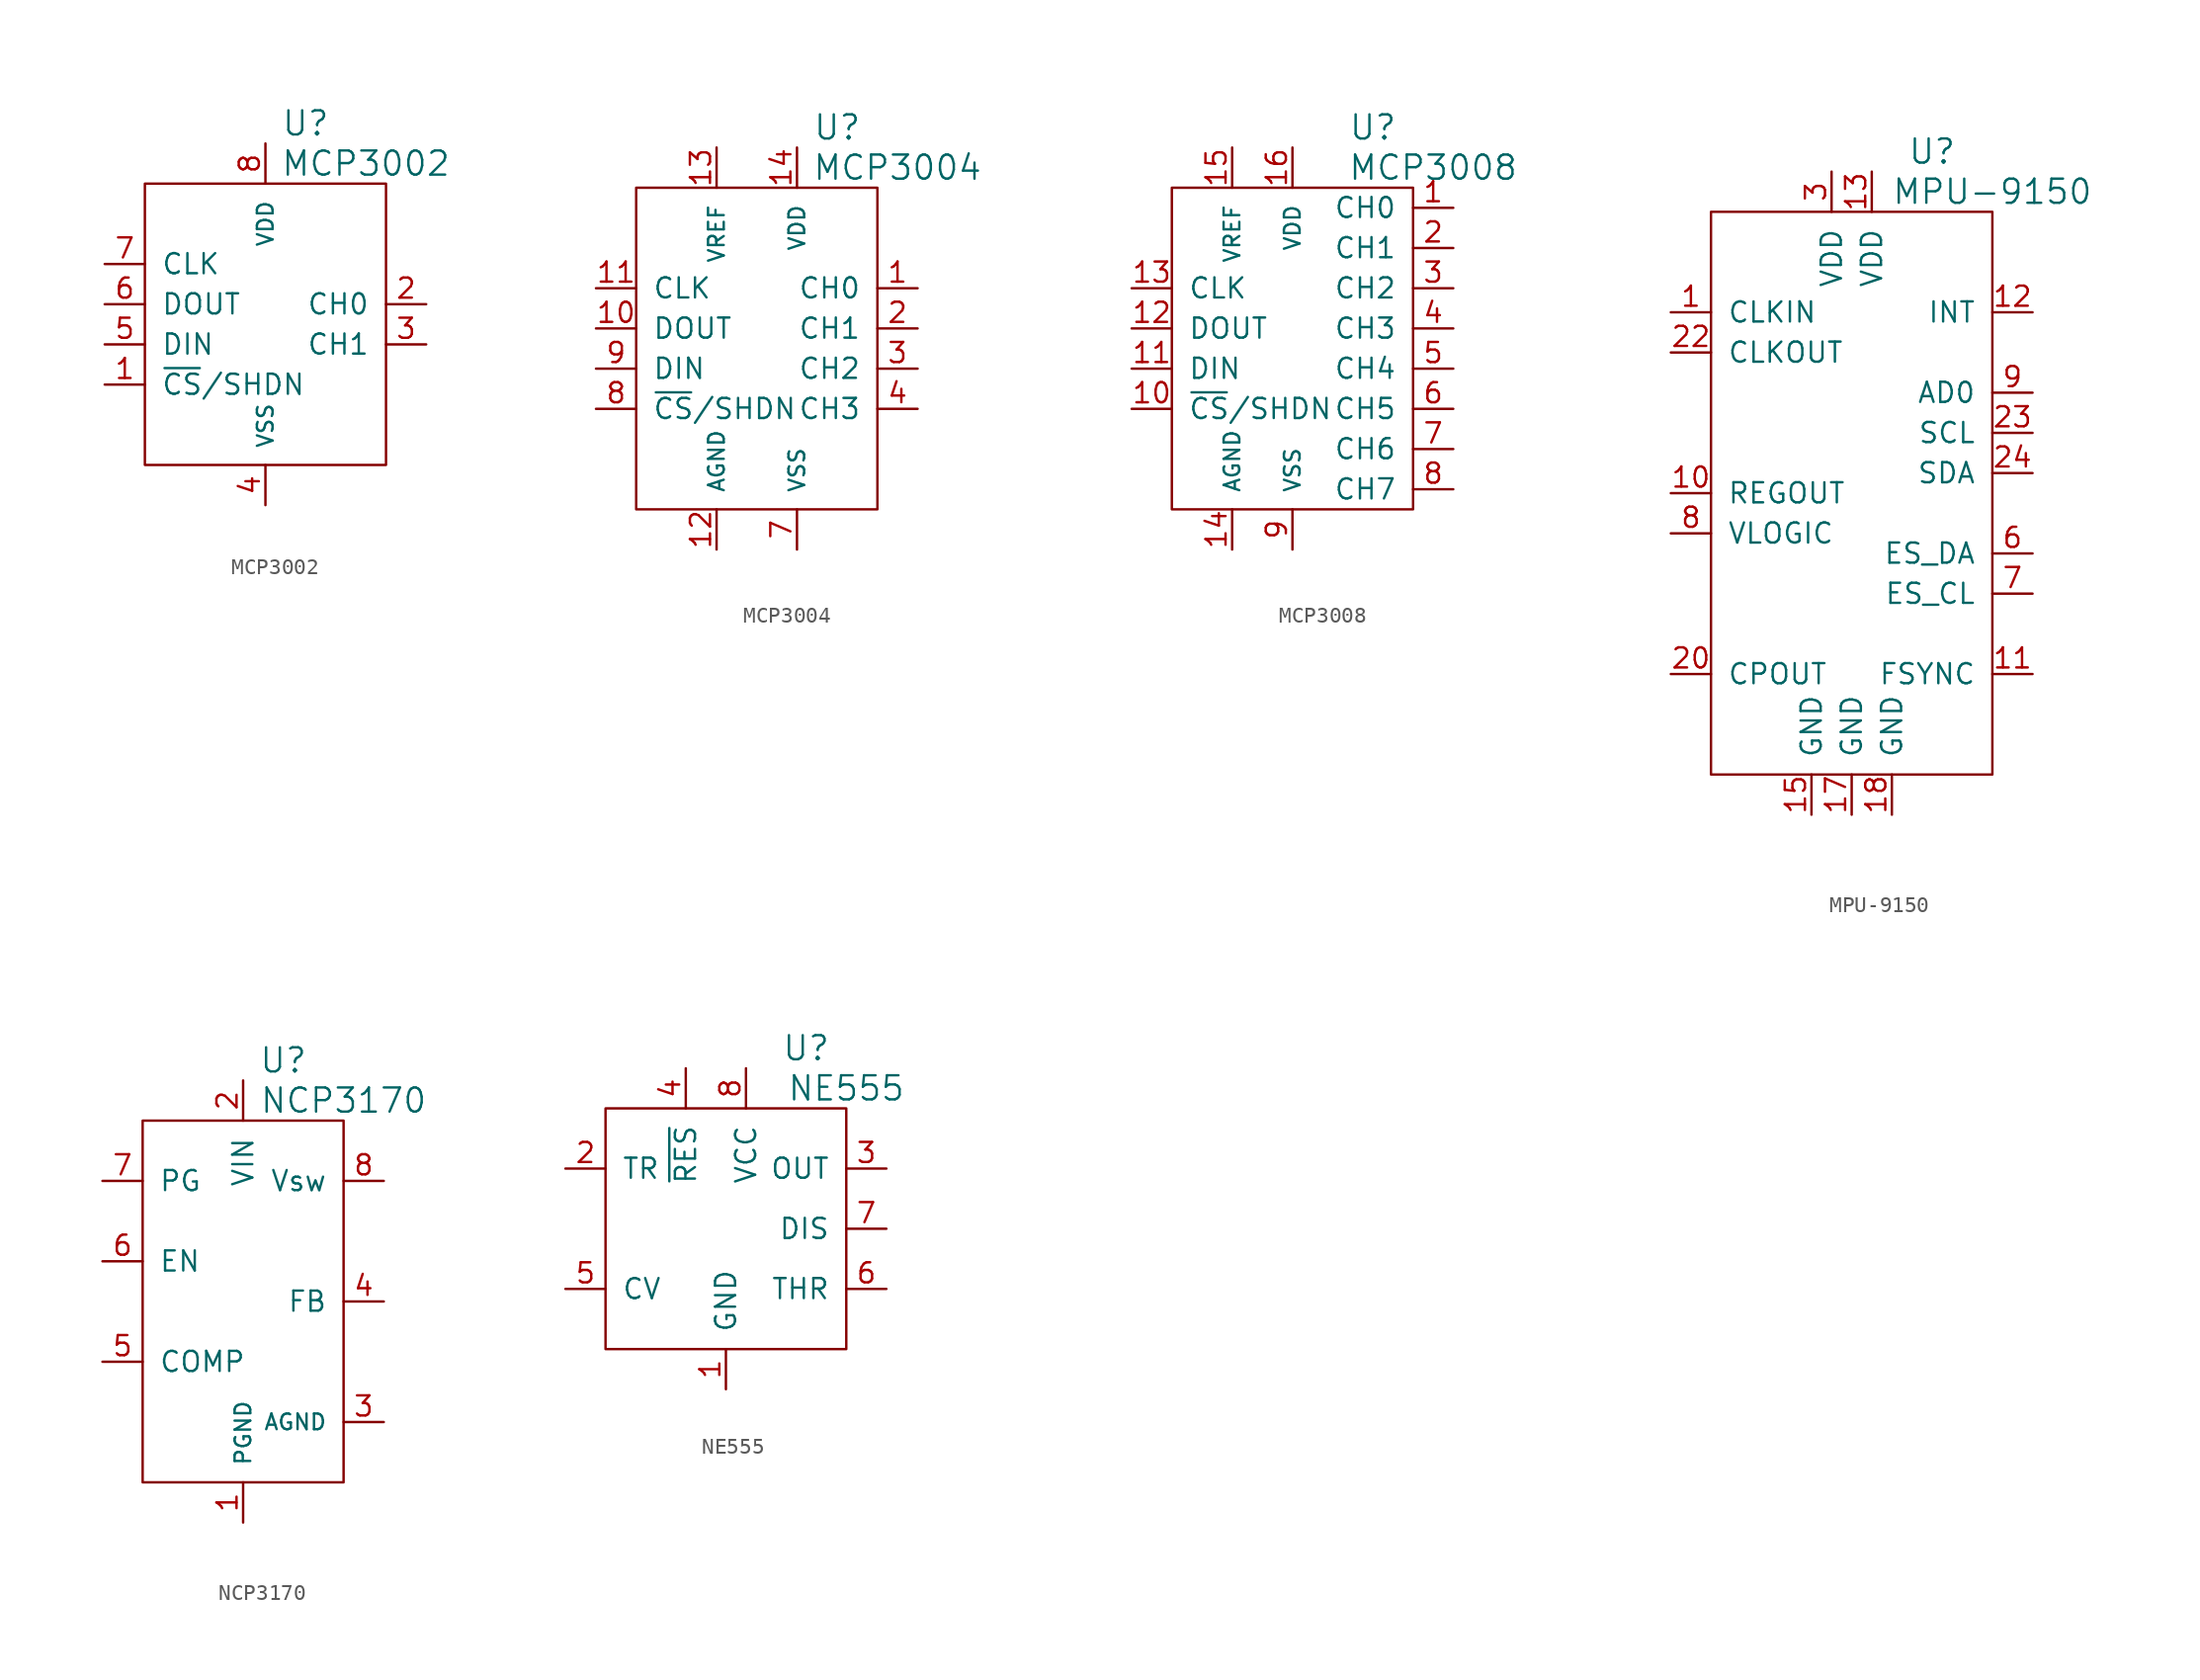
<source format=kicad_sym>
(kicad_symbol_lib
  (version 20220914)
  (generator kicad_symbol_editor)
  (symbol "MCP3002"
    (pin_names
      (offset 1.016))
    (property "Reference" "U"
      (at 2.54 12.7 0)
      (effects (font (size 1.524 1.524))))
    (property "Value" "MCP3002"
      (at 6.35 10.16 0)
      (effects (font (size 1.524 1.524))))
    (property "Footprint" ""
      (at 0 0 0)
      (effects (font (size 1.524 1.524))))
    (property "Datasheet" ""
      (at 0 0 0)
      (effects (font (size 1.524 1.524))))
    (symbol "MCP3002_0_1"
      (rectangle (start -7.62 8.89) (end 7.62 -8.89) (stroke (width 0) (type solid)) (fill (type none))))
    (symbol "MCP3002_1_1"
      (pin passive line (at -10.16 -3.81 0) (length 2.54) (name "~{CS}/SHDN" (effects (font (size 1.27 1.27)))) (number "1" (effects (font (size 1.27 1.27)))))
      (pin passive line (at 10.16 1.27 180) (length 2.54) (name "CH0" (effects (font (size 1.27 1.27)))) (number "2" (effects (font (size 1.27 1.27)))))
      (pin passive line (at 10.16 -1.27 180) (length 2.54) (name "CH1" (effects (font (size 1.27 1.27)))) (number "3" (effects (font (size 1.27 1.27)))))
      (pin passive line (at 0 -11.43 90) (length 2.54) (name "VSS" (effects (font (size 0.991 0.991)))) (number "4" (effects (font (size 1.27 1.27)))))
      (pin passive line (at -10.16 -1.27 0) (length 2.54) (name "DIN" (effects (font (size 1.27 1.27)))) (number "5" (effects (font (size 1.27 1.27)))))
      (pin passive line (at -10.16 1.27 0) (length 2.54) (name "DOUT" (effects (font (size 1.27 1.27)))) (number "6" (effects (font (size 1.27 1.27)))))
      (pin passive line (at -10.16 3.81 0) (length 2.54) (name "CLK" (effects (font (size 1.27 1.27)))) (number "7" (effects (font (size 1.27 1.27)))))
      (pin passive line (at 0 11.43 270) (length 2.54) (name "VDD" (effects (font (size 0.991 0.991)))) (number "8" (effects (font (size 1.27 1.27)))))))
  (symbol "MCP3004"
    (pin_names
      (offset 1.016))
    (property "Reference" "U"
      (at 5.08 13.97 0)
      (effects (font (size 1.524 1.524))))
    (property "Value" "MCP3004"
      (at 8.89 11.43 0)
      (effects (font (size 1.524 1.524))))
    (property "Footprint" ""
      (at 0 0 0)
      (effects (font (size 1.524 1.524))))
    (property "Datasheet" ""
      (at 0 0 0)
      (effects (font (size 1.524 1.524))))
    (symbol "MCP3004_0_1"
      (rectangle (start 7.62 10.16) (end -7.62 -10.16) (stroke (width 0) (type solid)) (fill (type none))))
    (symbol "MCP3004_1_1"
      (pin passive line (at 10.16 3.81 180) (length 2.54) (name "CH0" (effects (font (size 1.27 1.27)))) (number "1" (effects (font (size 1.27 1.27)))))
      (pin passive line (at -10.16 1.27 0) (length 2.54) (name "DOUT" (effects (font (size 1.27 1.27)))) (number "10" (effects (font (size 1.27 1.27)))))
      (pin passive line (at -10.16 3.81 0) (length 2.54) (name "CLK" (effects (font (size 1.27 1.27)))) (number "11" (effects (font (size 1.27 1.27)))))
      (pin passive line (at -2.54 -12.7 90) (length 2.54) (name "AGND" (effects (font (size 0.991 0.991)))) (number "12" (effects (font (size 1.27 1.27)))))
      (pin passive line (at -2.54 12.7 270) (length 2.54) (name "VREF" (effects (font (size 0.991 0.991)))) (number "13" (effects (font (size 1.27 1.27)))))
      (pin passive line (at 2.54 12.7 270) (length 2.54) (name "VDD" (effects (font (size 0.991 0.991)))) (number "14" (effects (font (size 1.27 1.27)))))
      (pin passive line (at 10.16 1.27 180) (length 2.54) (name "CH1" (effects (font (size 1.27 1.27)))) (number "2" (effects (font (size 1.27 1.27)))))
      (pin passive line (at 10.16 -1.27 180) (length 2.54) (name "CH2" (effects (font (size 1.27 1.27)))) (number "3" (effects (font (size 1.27 1.27)))))
      (pin passive line (at 10.16 -3.81 180) (length 2.54) (name "CH3" (effects (font (size 1.27 1.27)))) (number "4" (effects (font (size 1.27 1.27)))))
      (pin passive line (at 2.54 -12.7 90) (length 2.54) (name "VSS" (effects (font (size 0.991 0.991)))) (number "7" (effects (font (size 1.27 1.27)))))
      (pin passive line (at -10.16 -3.81 0) (length 2.54) (name "~{CS}/SHDN" (effects (font (size 1.27 1.27)))) (number "8" (effects (font (size 1.27 1.27)))))
      (pin passive line (at -10.16 -1.27 0) (length 2.54) (name "DIN" (effects (font (size 1.27 1.27)))) (number "9" (effects (font (size 1.27 1.27)))))))
  (symbol "MCP3008"
    (pin_names
      (offset 1.016))
    (property "Reference" "U"
      (at 5.08 13.97 0)
      (effects (font (size 1.524 1.524))))
    (property "Value" "MCP3008"
      (at 8.89 11.43 0)
      (effects (font (size 1.524 1.524))))
    (property "Footprint" ""
      (at 0 0 0)
      (effects (font (size 1.524 1.524))))
    (property "Datasheet" ""
      (at 0 0 0)
      (effects (font (size 1.524 1.524))))
    (symbol "MCP3008_0_1"
      (rectangle (start 7.62 10.16) (end -7.62 -10.16) (stroke (width 0) (type solid)) (fill (type none))))
    (symbol "MCP3008_1_1"
      (pin passive line (at 10.16 8.89 180) (length 2.54) (name "CH0" (effects (font (size 1.27 1.27)))) (number "1" (effects (font (size 1.27 1.27)))))
      (pin passive line (at -10.16 -3.81 0) (length 2.54) (name "~{CS}/SHDN" (effects (font (size 1.27 1.27)))) (number "10" (effects (font (size 1.27 1.27)))))
      (pin passive line (at -10.16 -1.27 0) (length 2.54) (name "DIN" (effects (font (size 1.27 1.27)))) (number "11" (effects (font (size 1.27 1.27)))))
      (pin passive line (at -10.16 1.27 0) (length 2.54) (name "DOUT" (effects (font (size 1.27 1.27)))) (number "12" (effects (font (size 1.27 1.27)))))
      (pin passive line (at -10.16 3.81 0) (length 2.54) (name "CLK" (effects (font (size 1.27 1.27)))) (number "13" (effects (font (size 1.27 1.27)))))
      (pin passive line (at -3.81 -12.7 90) (length 2.54) (name "AGND" (effects (font (size 0.991 0.991)))) (number "14" (effects (font (size 1.27 1.27)))))
      (pin passive line (at -3.81 12.7 270) (length 2.54) (name "VREF" (effects (font (size 0.991 0.991)))) (number "15" (effects (font (size 1.27 1.27)))))
      (pin passive line (at 0 12.7 270) (length 2.54) (name "VDD" (effects (font (size 0.991 0.991)))) (number "16" (effects (font (size 1.27 1.27)))))
      (pin passive line (at 10.16 6.35 180) (length 2.54) (name "CH1" (effects (font (size 1.27 1.27)))) (number "2" (effects (font (size 1.27 1.27)))))
      (pin passive line (at 10.16 3.81 180) (length 2.54) (name "CH2" (effects (font (size 1.27 1.27)))) (number "3" (effects (font (size 1.27 1.27)))))
      (pin passive line (at 10.16 1.27 180) (length 2.54) (name "CH3" (effects (font (size 1.27 1.27)))) (number "4" (effects (font (size 1.27 1.27)))))
      (pin passive line (at 10.16 -1.27 180) (length 2.54) (name "CH4" (effects (font (size 1.27 1.27)))) (number "5" (effects (font (size 1.27 1.27)))))
      (pin passive line (at 10.16 -3.81 180) (length 2.54) (name "CH5" (effects (font (size 1.27 1.27)))) (number "6" (effects (font (size 1.27 1.27)))))
      (pin passive line (at 10.16 -6.35 180) (length 2.54) (name "CH6" (effects (font (size 1.27 1.27)))) (number "7" (effects (font (size 1.27 1.27)))))
      (pin passive line (at 10.16 -8.89 180) (length 2.54) (name "CH7" (effects (font (size 1.27 1.27)))) (number "8" (effects (font (size 1.27 1.27)))))
      (pin passive line (at 0 -12.7 90) (length 2.54) (name "VSS" (effects (font (size 0.991 0.991)))) (number "9" (effects (font (size 1.27 1.27)))))))
  (symbol "MPU-9150"
    (pin_names
      (offset 1.016))
    (property "Reference" "U"
      (at 5.08 21.59 0)
      (effects (font (size 1.524 1.524))))
    (property "Value" "MPU-9150"
      (at 8.89 19.05 0)
      (effects (font (size 1.524 1.524))))
    (property "Footprint" ""
      (at 0 -1.27 0)
      (effects (font (size 1.524 1.524))))
    (property "Datasheet" ""
      (at 0 0 0)
      (effects (font (size 1.524 1.524))))
    (symbol "MPU-9150_0_1"
      (rectangle (start -8.89 17.78) (end 8.89 -17.78) (stroke (width 0) (type solid)) (fill (type none))))
    (symbol "MPU-9150_1_1"
      (pin passive line (at -11.43 11.43 0) (length 2.54) (name "CLKIN" (effects (font (size 1.27 1.27)))) (number "1" (effects (font (size 1.27 1.27)))))
      (pin passive line (at -11.43 0 0) (length 2.54) (name "REGOUT" (effects (font (size 1.27 1.27)))) (number "10" (effects (font (size 1.27 1.27)))))
      (pin passive line (at 11.43 -11.43 180) (length 2.54) (name "FSYNC" (effects (font (size 1.27 1.27)))) (number "11" (effects (font (size 1.27 1.27)))))
      (pin passive line (at 11.43 11.43 180) (length 2.54) (name "INT" (effects (font (size 1.27 1.27)))) (number "12" (effects (font (size 1.27 1.27)))))
      (pin passive line (at 1.27 20.32 270) (length 2.54) (name "VDD" (effects (font (size 1.27 1.27)))) (number "13" (effects (font (size 1.27 1.27)))))
      (pin passive line (at -2.54 -20.32 90) (length 2.54) (name "GND" (effects (font (size 1.27 1.27)))) (number "15" (effects (font (size 1.27 1.27)))))
      (pin passive line (at 0 -20.32 90) (length 2.54) (name "GND" (effects (font (size 1.27 1.27)))) (number "17" (effects (font (size 1.27 1.27)))))
      (pin passive line (at 2.54 -20.32 90) (length 2.54) (name "GND" (effects (font (size 1.27 1.27)))) (number "18" (effects (font (size 1.27 1.27)))))
      (pin passive line (at -11.43 -11.43 0) (length 2.54) (name "CPOUT" (effects (font (size 1.27 1.27)))) (number "20" (effects (font (size 1.27 1.27)))))
      (pin passive line (at -11.43 8.89 0) (length 2.54) (name "CLKOUT" (effects (font (size 1.27 1.27)))) (number "22" (effects (font (size 1.27 1.27)))))
      (pin passive line (at 11.43 3.81 180) (length 2.54) (name "SCL" (effects (font (size 1.27 1.27)))) (number "23" (effects (font (size 1.27 1.27)))))
      (pin passive line (at 11.43 1.27 180) (length 2.54) (name "SDA" (effects (font (size 1.27 1.27)))) (number "24" (effects (font (size 1.27 1.27)))))
      (pin passive line (at -1.27 20.32 270) (length 2.54) (name "VDD" (effects (font (size 1.27 1.27)))) (number "3" (effects (font (size 1.27 1.27)))))
      (pin passive line (at 11.43 -3.81 180) (length 2.54) (name "ES_DA" (effects (font (size 1.27 1.27)))) (number "6" (effects (font (size 1.27 1.27)))))
      (pin passive line (at 11.43 -6.35 180) (length 2.54) (name "ES_CL" (effects (font (size 1.27 1.27)))) (number "7" (effects (font (size 1.27 1.27)))))
      (pin passive line (at -11.43 -2.54 0) (length 2.54) (name "VLOGIC" (effects (font (size 1.27 1.27)))) (number "8" (effects (font (size 1.27 1.27)))))
      (pin passive line (at 11.43 6.35 180) (length 2.54) (name "AD0" (effects (font (size 1.27 1.27)))) (number "9" (effects (font (size 1.27 1.27)))))))
  (symbol "NCP3170"
    (pin_names
      (offset 1.016))
    (property "Reference" "U"
      (at 2.54 15.24 0)
      (effects (font (size 1.524 1.524))))
    (property "Value" "NCP3170"
      (at 6.35 12.7 0)
      (effects (font (size 1.524 1.524))))
    (property "Footprint" ""
      (at 0 0 0)
      (effects (font (size 1.524 1.524))))
    (symbol "NCP3170_0_1"
      (rectangle (start 6.35 11.43) (end -6.35 -11.43) (stroke (width 0) (type solid)) (fill (type none))))
    (symbol "NCP3170_1_1"
      (pin passive line (at 0 -13.97 90) (length 2.54) (name "PGND" (effects (font (size 0.991 0.991)))) (number "1" (effects (font (size 1.27 1.27)))))
      (pin passive line (at 0 13.97 270) (length 2.54) (name "VIN" (effects (font (size 1.27 1.27)))) (number "2" (effects (font (size 1.27 1.27)))))
      (pin passive line (at 8.89 -7.62 180) (length 2.54) (name "AGND" (effects (font (size 0.991 0.991)))) (number "3" (effects (font (size 1.27 1.27)))))
      (pin passive line (at 8.89 0 180) (length 2.54) (name "FB" (effects (font (size 1.27 1.27)))) (number "4" (effects (font (size 1.27 1.27)))))
      (pin passive line (at -8.89 -3.81 0) (length 2.54) (name "COMP" (effects (font (size 1.27 1.27)))) (number "5" (effects (font (size 1.27 1.27)))))
      (pin passive line (at -8.89 2.54 0) (length 2.54) (name "EN" (effects (font (size 1.27 1.27)))) (number "6" (effects (font (size 1.27 1.27)))))
      (pin passive line (at -8.89 7.62 0) (length 2.54) (name "PG" (effects (font (size 1.27 1.27)))) (number "7" (effects (font (size 1.27 1.27)))))
      (pin passive line (at 8.89 7.62 180) (length 2.54) (name "Vsw" (effects (font (size 1.27 1.27)))) (number "8" (effects (font (size 1.27 1.27)))))))
  (symbol "NE555"
    (pin_names
      (offset 1.016))
    (property "Reference" "U"
      (at 5.08 11.43 0)
      (effects (font (size 1.524 1.524))))
    (property "Value" "NE555"
      (at 7.62 8.89 0)
      (effects (font (size 1.524 1.524))))
    (property "Footprint" ""
      (at 0 0 0)
      (effects (font (size 1.524 1.524))))
    (property "Datasheet" ""
      (at 0 0 0)
      (effects (font (size 1.524 1.524))))
    (symbol "NE555_0_1"
      (rectangle (start -7.62 7.62) (end 7.62 -7.62) (stroke (width 0) (type solid)) (fill (type none))))
    (symbol "NE555_1_1"
      (pin passive line (at 0 -10.16 90) (length 2.54) (name "GND" (effects (font (size 1.27 1.27)))) (number "1" (effects (font (size 1.27 1.27)))))
      (pin passive line (at -10.16 3.81 0) (length 2.54) (name "TR" (effects (font (size 1.27 1.27)))) (number "2" (effects (font (size 1.27 1.27)))))
      (pin passive line (at 10.16 3.81 180) (length 2.54) (name "OUT" (effects (font (size 1.27 1.27)))) (number "3" (effects (font (size 1.27 1.27)))))
      (pin passive line (at -2.54 10.16 270) (length 2.54) (name "~{RES}" (effects (font (size 1.27 1.27)))) (number "4" (effects (font (size 1.27 1.27)))))
      (pin passive line (at -10.16 -3.81 0) (length 2.54) (name "CV" (effects (font (size 1.27 1.27)))) (number "5" (effects (font (size 1.27 1.27)))))
      (pin passive line (at 10.16 -3.81 180) (length 2.54) (name "THR" (effects (font (size 1.27 1.27)))) (number "6" (effects (font (size 1.27 1.27)))))
      (pin passive line (at 10.16 0 180) (length 2.54) (name "DIS" (effects (font (size 1.27 1.27)))) (number "7" (effects (font (size 1.27 1.27)))))
      (pin passive line (at 1.27 10.16 270) (length 2.54) (name "VCC" (effects (font (size 1.27 1.27)))) (number "8" (effects (font (size 1.27 1.27))))))))
</source>
